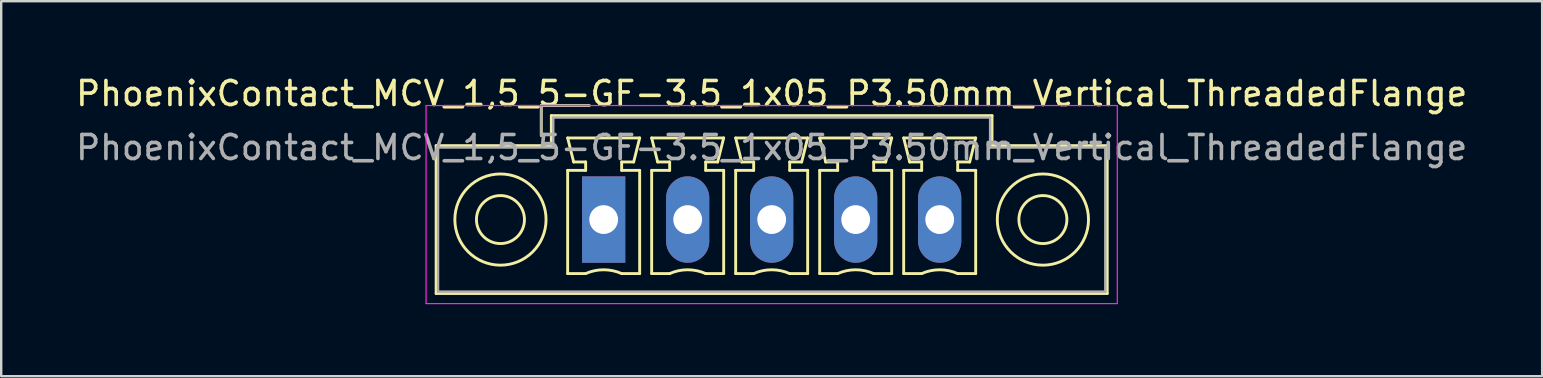
<source format=kicad_pcb>
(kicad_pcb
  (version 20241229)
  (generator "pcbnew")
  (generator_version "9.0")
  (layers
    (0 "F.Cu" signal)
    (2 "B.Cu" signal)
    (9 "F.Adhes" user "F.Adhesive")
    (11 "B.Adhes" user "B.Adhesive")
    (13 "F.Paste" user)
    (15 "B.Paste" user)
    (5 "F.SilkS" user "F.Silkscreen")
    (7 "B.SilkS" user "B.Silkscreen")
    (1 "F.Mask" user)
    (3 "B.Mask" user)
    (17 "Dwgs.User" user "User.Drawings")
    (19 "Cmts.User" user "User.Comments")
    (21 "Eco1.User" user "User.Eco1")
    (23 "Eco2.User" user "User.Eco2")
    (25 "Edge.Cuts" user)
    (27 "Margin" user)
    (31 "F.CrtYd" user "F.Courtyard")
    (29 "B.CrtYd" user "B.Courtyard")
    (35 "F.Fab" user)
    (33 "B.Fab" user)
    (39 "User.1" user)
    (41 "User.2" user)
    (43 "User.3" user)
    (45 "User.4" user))
  (footprint "PhoenixContact_MCV_1,5_5-GF-3.5_1x05_P3.50mm_Vertical_ThreadedFlange"
    (layer "F.Cu")
    (at 22.101 6.098)
    (property "Reference" "PhoenixContact_MCV_1,5_5-GF-3.5_1x05_P3.50mm_Vertical_ThreadedFlange" (at 7 -5.25 0) (layer "F.SilkS") (effects (font (size 1 1) (thickness 0.15))))
    (attr through_hole)
    (fp_line (start -6.98 -3.08) (end -6.98 3.08) (stroke (width 0.12) (type solid)) (layer "F.SilkS"))
    (fp_line (start -6.98 3.08) (end 20.98 3.08) (stroke (width 0.12) (type solid)) (layer "F.SilkS"))
    (fp_line (start -2.6 -4.75) (end -0.6 -4.75) (stroke (width 0.12) (type solid)) (layer "F.SilkS"))
    (fp_line (start -2.6 -3.5) (end -2.6 -4.75) (stroke (width 0.12) (type solid)) (layer "F.SilkS"))
    (fp_line (start -2.18 -4.33) (end -2.18 -3.08) (stroke (width 0.12) (type solid)) (layer "F.SilkS"))
    (fp_line (start -2.18 -3.08) (end -6.98 -3.08) (stroke (width 0.12) (type solid)) (layer "F.SilkS"))
    (fp_line (start -1.5 -3.4) (end 1.5 -3.4) (stroke (width 0.12) (type solid)) (layer "F.SilkS"))
    (fp_line (start -1.5 -2.05) (end -0.75 -2.05) (stroke (width 0.12) (type solid)) (layer "F.SilkS"))
    (fp_line (start -1.5 2.25) (end -1.5 -2.05) (stroke (width 0.12) (type solid)) (layer "F.SilkS"))
    (fp_line (start -1.25 -2.4) (end -1.5 -3.4) (stroke (width 0.12) (type solid)) (layer "F.SilkS"))
    (fp_line (start -0.75 -2.4) (end -1.25 -2.4) (stroke (width 0.12) (type solid)) (layer "F.SilkS"))
    (fp_line (start -0.75 -2.05) (end -0.75 -2.4) (stroke (width 0.12) (type solid)) (layer "F.SilkS"))
    (fp_line (start -0.75 2.25) (end -1.5 2.25) (stroke (width 0.12) (type solid)) (layer "F.SilkS"))
    (fp_line (start 0.75 -2.4) (end 0.75 -2.05) (stroke (width 0.12) (type solid)) (layer "F.SilkS"))
    (fp_line (start 0.75 -2.05) (end 1.5 -2.05) (stroke (width 0.12) (type solid)) (layer "F.SilkS"))
    (fp_line (start 1.25 -2.4) (end 0.75 -2.4) (stroke (width 0.12) (type solid)) (layer "F.SilkS"))
    (fp_line (start 1.5 -3.4) (end 1.25 -2.4) (stroke (width 0.12) (type solid)) (layer "F.SilkS"))
    (fp_line (start 1.5 -2.05) (end 1.5 2.25) (stroke (width 0.12) (type solid)) (layer "F.SilkS"))
    (fp_line (start 1.5 2.25) (end 0.75 2.25) (stroke (width 0.12) (type solid)) (layer "F.SilkS"))
    (fp_line (start 2 -3.4) (end 5 -3.4) (stroke (width 0.12) (type solid)) (layer "F.SilkS"))
    (fp_line (start 2 -2.05) (end 2.75 -2.05) (stroke (width 0.12) (type solid)) (layer "F.SilkS"))
    (fp_line (start 2 2.25) (end 2 -2.05) (stroke (width 0.12) (type solid)) (layer "F.SilkS"))
    (fp_line (start 2.25 -2.4) (end 2 -3.4) (stroke (width 0.12) (type solid)) (layer "F.SilkS"))
    (fp_line (start 2.75 -2.4) (end 2.25 -2.4) (stroke (width 0.12) (type solid)) (layer "F.SilkS"))
    (fp_line (start 2.75 -2.05) (end 2.75 -2.4) (stroke (width 0.12) (type solid)) (layer "F.SilkS"))
    (fp_line (start 2.75 2.25) (end 2 2.25) (stroke (width 0.12) (type solid)) (layer "F.SilkS"))
    (fp_line (start 4.25 -2.4) (end 4.25 -2.05) (stroke (width 0.12) (type solid)) (layer "F.SilkS"))
    (fp_line (start 4.25 -2.05) (end 5 -2.05) (stroke (width 0.12) (type solid)) (layer "F.SilkS"))
    (fp_line (start 4.75 -2.4) (end 4.25 -2.4) (stroke (width 0.12) (type solid)) (layer "F.SilkS"))
    (fp_line (start 5 -3.4) (end 4.75 -2.4) (stroke (width 0.12) (type solid)) (layer "F.SilkS"))
    (fp_line (start 5 -2.05) (end 5 2.25) (stroke (width 0.12) (type solid)) (layer "F.SilkS"))
    (fp_line (start 5 2.25) (end 4.25 2.25) (stroke (width 0.12) (type solid)) (layer "F.SilkS"))
    (fp_line (start 5.5 -3.4) (end 8.5 -3.4) (stroke (width 0.12) (type solid)) (layer "F.SilkS"))
    (fp_line (start 5.5 -2.05) (end 6.25 -2.05) (stroke (width 0.12) (type solid)) (layer "F.SilkS"))
    (fp_line (start 5.5 2.25) (end 5.5 -2.05) (stroke (width 0.12) (type solid)) (layer "F.SilkS"))
    (fp_line (start 5.75 -2.4) (end 5.5 -3.4) (stroke (width 0.12) (type solid)) (layer "F.SilkS"))
    (fp_line (start 6.25 -2.4) (end 5.75 -2.4) (stroke (width 0.12) (type solid)) (layer "F.SilkS"))
    (fp_line (start 6.25 -2.05) (end 6.25 -2.4) (stroke (width 0.12) (type solid)) (layer "F.SilkS"))
    (fp_line (start 6.25 2.25) (end 5.5 2.25) (stroke (width 0.12) (type solid)) (layer "F.SilkS"))
    (fp_line (start 7.75 -2.4) (end 7.75 -2.05) (stroke (width 0.12) (type solid)) (layer "F.SilkS"))
    (fp_line (start 7.75 -2.05) (end 8.5 -2.05) (stroke (width 0.12) (type solid)) (layer "F.SilkS"))
    (fp_line (start 8.25 -2.4) (end 7.75 -2.4) (stroke (width 0.12) (type solid)) (layer "F.SilkS"))
    (fp_line (start 8.5 -3.4) (end 8.25 -2.4) (stroke (width 0.12) (type solid)) (layer "F.SilkS"))
    (fp_line (start 8.5 -2.05) (end 8.5 2.25) (stroke (width 0.12) (type solid)) (layer "F.SilkS"))
    (fp_line (start 8.5 2.25) (end 7.75 2.25) (stroke (width 0.12) (type solid)) (layer "F.SilkS"))
    (fp_line (start 9 -3.4) (end 12 -3.4) (stroke (width 0.12) (type solid)) (layer "F.SilkS"))
    (fp_line (start 9 -2.05) (end 9.75 -2.05) (stroke (width 0.12) (type solid)) (layer "F.SilkS"))
    (fp_line (start 9 2.25) (end 9 -2.05) (stroke (width 0.12) (type solid)) (layer "F.SilkS"))
    (fp_line (start 9.25 -2.4) (end 9 -3.4) (stroke (width 0.12) (type solid)) (layer "F.SilkS"))
    (fp_line (start 9.75 -2.4) (end 9.25 -2.4) (stroke (width 0.12) (type solid)) (layer "F.SilkS"))
    (fp_line (start 9.75 -2.05) (end 9.75 -2.4) (stroke (width 0.12) (type solid)) (layer "F.SilkS"))
    (fp_line (start 9.75 2.25) (end 9 2.25) (stroke (width 0.12) (type solid)) (layer "F.SilkS"))
    (fp_line (start 11.25 -2.4) (end 11.25 -2.05) (stroke (width 0.12) (type solid)) (layer "F.SilkS"))
    (fp_line (start 11.25 -2.05) (end 12 -2.05) (stroke (width 0.12) (type solid)) (layer "F.SilkS"))
    (fp_line (start 11.75 -2.4) (end 11.25 -2.4) (stroke (width 0.12) (type solid)) (layer "F.SilkS"))
    (fp_line (start 12 -3.4) (end 11.75 -2.4) (stroke (width 0.12) (type solid)) (layer "F.SilkS"))
    (fp_line (start 12 -2.05) (end 12 2.25) (stroke (width 0.12) (type solid)) (layer "F.SilkS"))
    (fp_line (start 12 2.25) (end 11.25 2.25) (stroke (width 0.12) (type solid)) (layer "F.SilkS"))
    (fp_line (start 12.5 -3.4) (end 15.5 -3.4) (stroke (width 0.12) (type solid)) (layer "F.SilkS"))
    (fp_line (start 12.5 -2.05) (end 13.25 -2.05) (stroke (width 0.12) (type solid)) (layer "F.SilkS"))
    (fp_line (start 12.5 2.25) (end 12.5 -2.05) (stroke (width 0.12) (type solid)) (layer "F.SilkS"))
    (fp_line (start 12.75 -2.4) (end 12.5 -3.4) (stroke (width 0.12) (type solid)) (layer "F.SilkS"))
    (fp_line (start 13.25 -2.4) (end 12.75 -2.4) (stroke (width 0.12) (type solid)) (layer "F.SilkS"))
    (fp_line (start 13.25 -2.05) (end 13.25 -2.4) (stroke (width 0.12) (type solid)) (layer "F.SilkS"))
    (fp_line (start 13.25 2.25) (end 12.5 2.25) (stroke (width 0.12) (type solid)) (layer "F.SilkS"))
    (fp_line (start 14.75 -2.4) (end 14.75 -2.05) (stroke (width 0.12) (type solid)) (layer "F.SilkS"))
    (fp_line (start 14.75 -2.05) (end 15.5 -2.05) (stroke (width 0.12) (type solid)) (layer "F.SilkS"))
    (fp_line (start 15.25 -2.4) (end 14.75 -2.4) (stroke (width 0.12) (type solid)) (layer "F.SilkS"))
    (fp_line (start 15.5 -3.4) (end 15.25 -2.4) (stroke (width 0.12) (type solid)) (layer "F.SilkS"))
    (fp_line (start 15.5 -2.05) (end 15.5 2.25) (stroke (width 0.12) (type solid)) (layer "F.SilkS"))
    (fp_line (start 15.5 2.25) (end 14.75 2.25) (stroke (width 0.12) (type solid)) (layer "F.SilkS"))
    (fp_line (start 16.18 -4.33) (end -2.18 -4.33) (stroke (width 0.12) (type solid)) (layer "F.SilkS"))
    (fp_line (start 16.18 -3.08) (end 16.18 -4.33) (stroke (width 0.12) (type solid)) (layer "F.SilkS"))
    (fp_line (start 20.98 -3.08) (end 16.18 -3.08) (stroke (width 0.12) (type solid)) (layer "F.SilkS"))
    (fp_line (start 20.98 3.08) (end 20.98 -3.08) (stroke (width 0.12) (type solid)) (layer "F.SilkS"))
    (fp_arc (start -0.75 2.25) (mid -0.000193 2.09191) (end 0.749647 2.249844) (stroke (width 0.12) (type solid)) (layer "F.SilkS"))
    (fp_arc (start 2.75 2.25) (mid 3.499807 2.09191) (end 4.249647 2.249844) (stroke (width 0.12) (type solid)) (layer "F.SilkS"))
    (fp_arc (start 6.25 2.25) (mid 6.999807 2.09191) (end 7.749647 2.249844) (stroke (width 0.12) (type solid)) (layer "F.SilkS"))
    (fp_arc (start 9.75 2.25) (mid 10.499807 2.09191) (end 11.249647 2.249844) (stroke (width 0.12) (type solid)) (layer "F.SilkS"))
    (fp_arc (start 13.25 2.25) (mid 13.999807 2.09191) (end 14.749647 2.249844) (stroke (width 0.12) (type solid)) (layer "F.SilkS"))
    (fp_circle (center -4.3 0) (end -3.3 0) (stroke (width 0.12) (type solid)) (fill no) (layer "F.SilkS"))
    (fp_circle (center -4.3 0) (end -2.4 0) (stroke (width 0.12) (type solid)) (fill no) (layer "F.SilkS"))
    (fp_circle (center 18.3 0) (end 19.3 0) (stroke (width 0.12) (type solid)) (fill no) (layer "F.SilkS"))
    (fp_circle (center 18.3 0) (end 20.2 0) (stroke (width 0.12) (type solid)) (fill no) (layer "F.SilkS"))
    (fp_line (start -7.4 -4.75) (end -7.4 3.5) (stroke (width 0.05) (type solid)) (layer "F.CrtYd"))
    (fp_line (start -7.4 3.5) (end 21.4 3.5) (stroke (width 0.05) (type solid)) (layer "F.CrtYd"))
    (fp_line (start 21.4 -4.75) (end -7.4 -4.75) (stroke (width 0.05) (type solid)) (layer "F.CrtYd"))
    (fp_line (start 21.4 3.5) (end 21.4 -4.75) (stroke (width 0.05) (type solid)) (layer "F.CrtYd"))
    (fp_line (start -6.9 -3) (end -6.9 3) (stroke (width 0.1) (type solid)) (layer "F.Fab"))
    (fp_line (start -6.9 3) (end 20.9 3) (stroke (width 0.1) (type solid)) (layer "F.Fab"))
    (fp_line (start -2.6 -4.75) (end -0.6 -4.75) (stroke (width 0.1) (type solid)) (layer "F.Fab"))
    (fp_line (start -2.6 -3.5) (end -2.6 -4.75) (stroke (width 0.1) (type solid)) (layer "F.Fab"))
    (fp_line (start -2.1 -4.25) (end -2.1 -3) (stroke (width 0.1) (type solid)) (layer "F.Fab"))
    (fp_line (start -2.1 -3) (end -6.9 -3) (stroke (width 0.1) (type solid)) (layer "F.Fab"))
    (fp_line (start 16.1 -4.25) (end -2.1 -4.25) (stroke (width 0.1) (type solid)) (layer "F.Fab"))
    (fp_line (start 16.1 -3) (end 16.1 -4.25) (stroke (width 0.1) (type solid)) (layer "F.Fab"))
    (fp_line (start 20.9 -3) (end 16.1 -3) (stroke (width 0.1) (type solid)) (layer "F.Fab"))
    (fp_line (start 20.9 3) (end 20.9 -3) (stroke (width 0.1) (type solid)) (layer "F.Fab"))
    (fp_text user "${REFERENCE}" (at 7 -3 0) (layer "F.Fab") (effects (font (size 1 1) (thickness 0.15))))
    (pad "1" thru_hole rect (at 0 0) (size 1.8 3.6) (drill 1.2) (layers "*.Cu" "*.Mask"))
    (pad "2" thru_hole oval (at 3.5 0) (size 1.8 3.6) (drill 1.2) (layers "*.Cu" "*.Mask"))
    (pad "3" thru_hole oval (at 7 0) (size 1.8 3.6) (drill 1.2) (layers "*.Cu" "*.Mask"))
    (pad "4" thru_hole oval (at 10.5 0) (size 1.8 3.6) (drill 1.2) (layers "*.Cu" "*.Mask"))
    (pad "5" thru_hole oval (at 14 0) (size 1.8 3.6) (drill 1.2) (layers "*.Cu" "*.Mask")))
  (gr_rect
    (start -3 -3)
    (end 61.202 12.623)
    (stroke (width 0.1) (type default))
    (fill no)
    (layer "Edge.Cuts")))
</source>
